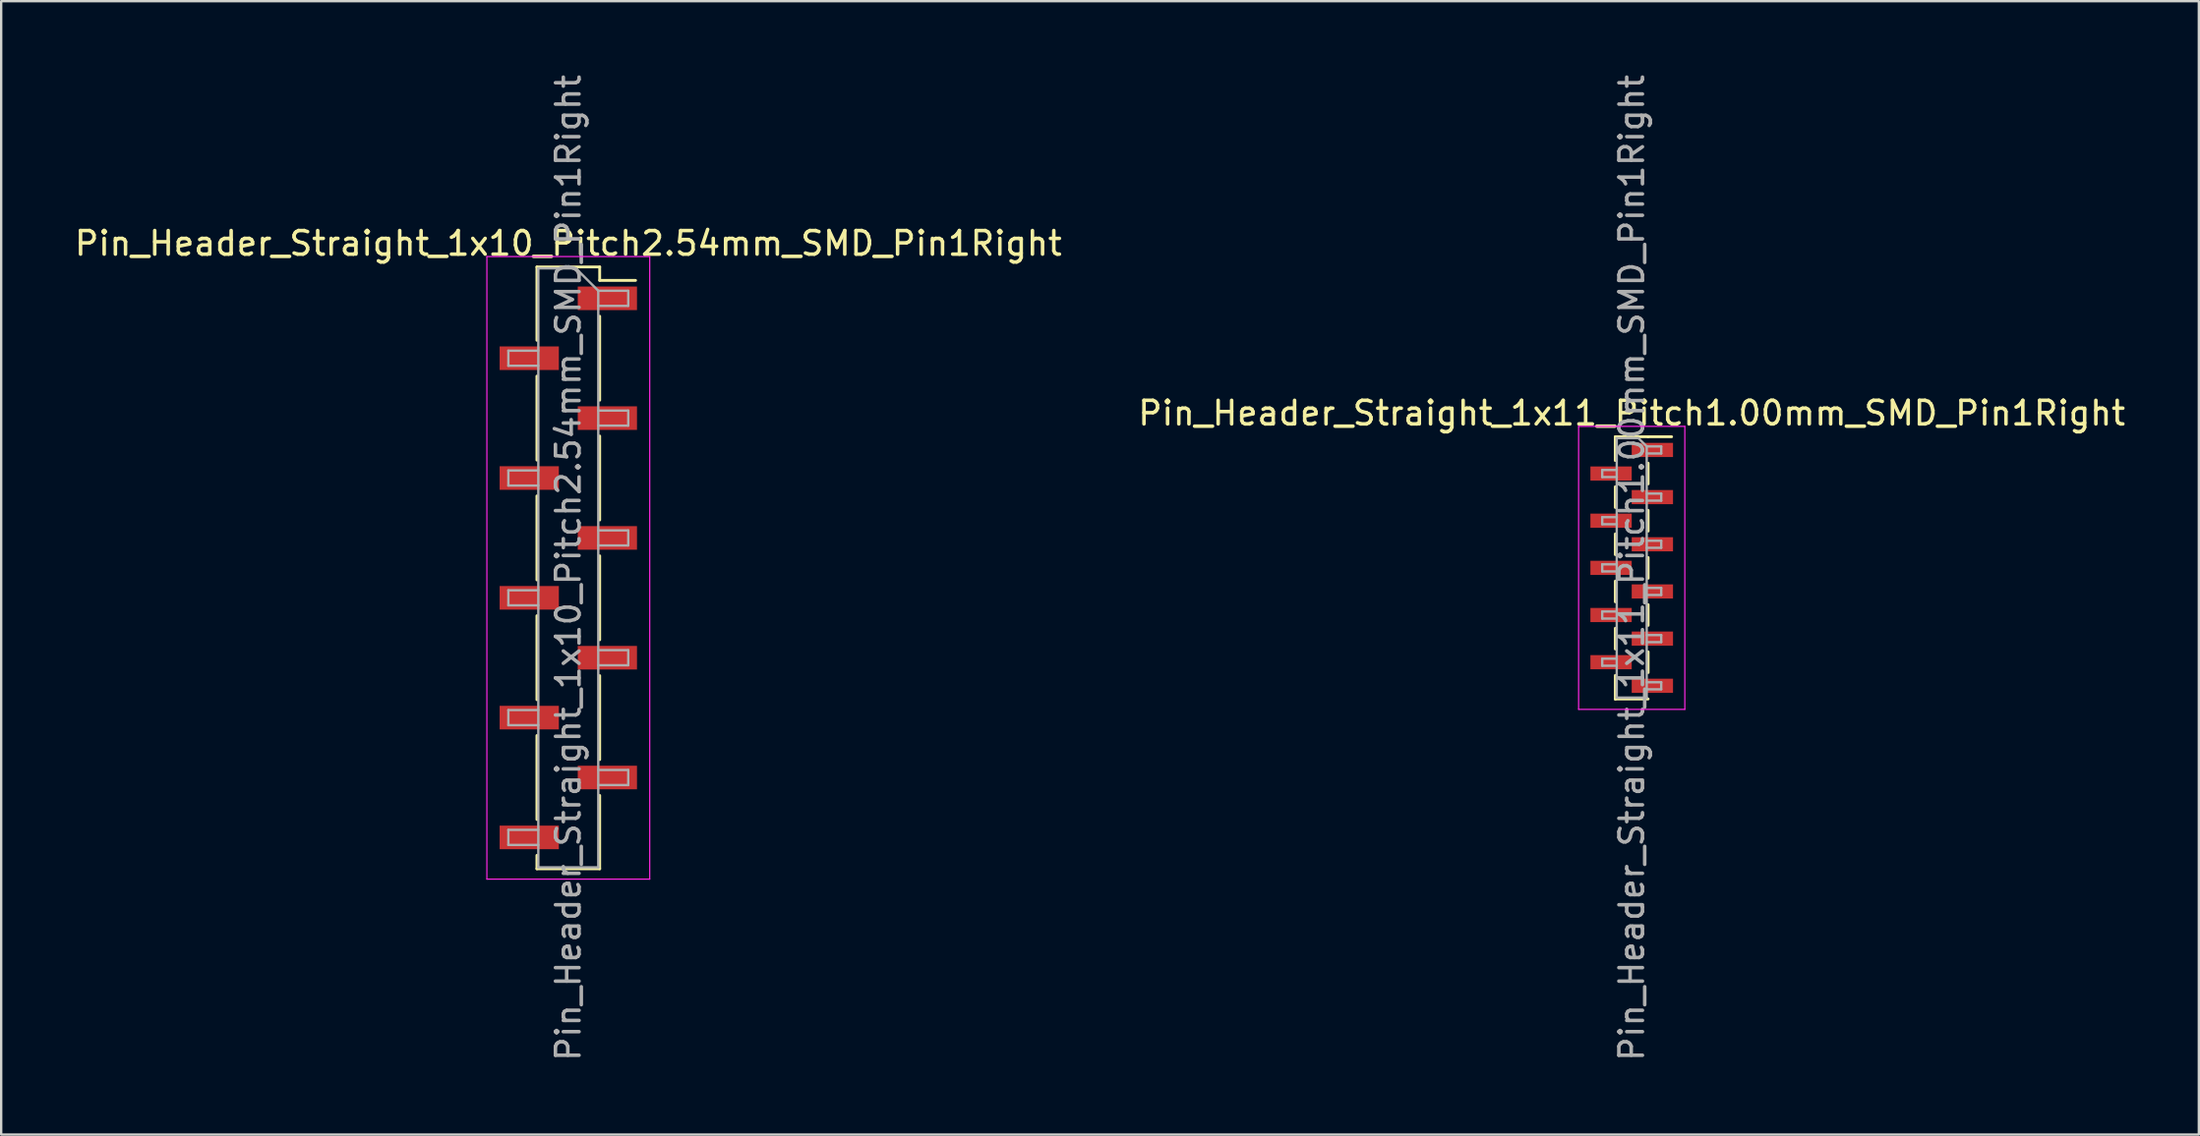
<source format=kicad_pcb>
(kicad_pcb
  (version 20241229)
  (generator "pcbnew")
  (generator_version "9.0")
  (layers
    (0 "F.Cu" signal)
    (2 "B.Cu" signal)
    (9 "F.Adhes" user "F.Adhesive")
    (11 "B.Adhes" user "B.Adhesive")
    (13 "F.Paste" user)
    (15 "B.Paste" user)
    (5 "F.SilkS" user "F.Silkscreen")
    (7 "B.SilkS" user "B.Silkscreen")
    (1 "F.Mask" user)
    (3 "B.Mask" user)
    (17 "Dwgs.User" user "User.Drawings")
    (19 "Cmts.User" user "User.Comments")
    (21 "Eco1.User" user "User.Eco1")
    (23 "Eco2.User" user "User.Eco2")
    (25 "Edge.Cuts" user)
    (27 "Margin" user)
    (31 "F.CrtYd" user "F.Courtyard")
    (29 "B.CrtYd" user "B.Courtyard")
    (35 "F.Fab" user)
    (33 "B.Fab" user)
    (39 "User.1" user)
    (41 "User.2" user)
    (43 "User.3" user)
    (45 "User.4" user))
  (footprint "Pin_Header_Straight_1x10_Pitch2.54mm_SMD_Pin1Right"
    (layer "F.Cu")
    (at 21.03 21.03)
    (property "Reference" "Pin_Header_Straight_1x10_Pitch2.54mm_SMD_Pin1Right" (at 0 -13.76 0) (layer "F.SilkS") (effects (font (size 1 1) (thickness 0.15))))
    (attr smd)
    (fp_line (start -1.33 -12.76) (end -1.33 -9.65) (stroke (width 0.12) (type solid)) (layer "F.SilkS"))
    (fp_line (start -1.33 -12.76) (end 1.33 -12.76) (stroke (width 0.12) (type solid)) (layer "F.SilkS"))
    (fp_line (start -1.33 -8.13) (end -1.33 -4.57) (stroke (width 0.12) (type solid)) (layer "F.SilkS"))
    (fp_line (start -1.33 -3.05) (end -1.33 0.51) (stroke (width 0.12) (type solid)) (layer "F.SilkS"))
    (fp_line (start -1.33 2.03) (end -1.33 5.59) (stroke (width 0.12) (type solid)) (layer "F.SilkS"))
    (fp_line (start -1.33 7.11) (end -1.33 10.67) (stroke (width 0.12) (type solid)) (layer "F.SilkS"))
    (fp_line (start -1.33 12.19) (end -1.33 12.76) (stroke (width 0.12) (type solid)) (layer "F.SilkS"))
    (fp_line (start -1.33 12.76) (end 1.33 12.76) (stroke (width 0.12) (type solid)) (layer "F.SilkS"))
    (fp_line (start 1.33 -12.76) (end 1.33 -12.19) (stroke (width 0.12) (type solid)) (layer "F.SilkS"))
    (fp_line (start 1.33 -12.19) (end 2.85 -12.19) (stroke (width 0.12) (type solid)) (layer "F.SilkS"))
    (fp_line (start 1.33 -10.67) (end 1.33 -7.11) (stroke (width 0.12) (type solid)) (layer "F.SilkS"))
    (fp_line (start 1.33 -5.59) (end 1.33 -2.03) (stroke (width 0.12) (type solid)) (layer "F.SilkS"))
    (fp_line (start 1.33 -0.51) (end 1.33 3.05) (stroke (width 0.12) (type solid)) (layer "F.SilkS"))
    (fp_line (start 1.33 4.57) (end 1.33 8.13) (stroke (width 0.12) (type solid)) (layer "F.SilkS"))
    (fp_line (start 1.33 9.65) (end 1.33 12.76) (stroke (width 0.12) (type solid)) (layer "F.SilkS"))
    (fp_line (start -3.45 -13.2) (end -3.45 13.2) (stroke (width 0.05) (type solid)) (layer "F.CrtYd"))
    (fp_line (start -3.45 13.2) (end 3.45 13.2) (stroke (width 0.05) (type solid)) (layer "F.CrtYd"))
    (fp_line (start 3.45 -13.2) (end -3.45 -13.2) (stroke (width 0.05) (type solid)) (layer "F.CrtYd"))
    (fp_line (start 3.45 13.2) (end 3.45 -13.2) (stroke (width 0.05) (type solid)) (layer "F.CrtYd"))
    (fp_line (start -2.54 -9.21) (end -2.54 -8.57) (stroke (width 0.1) (type solid)) (layer "F.Fab"))
    (fp_line (start -2.54 -8.57) (end -1.27 -8.57) (stroke (width 0.1) (type solid)) (layer "F.Fab"))
    (fp_line (start -2.54 -4.13) (end -2.54 -3.49) (stroke (width 0.1) (type solid)) (layer "F.Fab"))
    (fp_line (start -2.54 -3.49) (end -1.27 -3.49) (stroke (width 0.1) (type solid)) (layer "F.Fab"))
    (fp_line (start -2.54 0.95) (end -2.54 1.59) (stroke (width 0.1) (type solid)) (layer "F.Fab"))
    (fp_line (start -2.54 1.59) (end -1.27 1.59) (stroke (width 0.1) (type solid)) (layer "F.Fab"))
    (fp_line (start -2.54 6.03) (end -2.54 6.67) (stroke (width 0.1) (type solid)) (layer "F.Fab"))
    (fp_line (start -2.54 6.67) (end -1.27 6.67) (stroke (width 0.1) (type solid)) (layer "F.Fab"))
    (fp_line (start -2.54 11.11) (end -2.54 11.75) (stroke (width 0.1) (type solid)) (layer "F.Fab"))
    (fp_line (start -2.54 11.75) (end -1.27 11.75) (stroke (width 0.1) (type solid)) (layer "F.Fab"))
    (fp_line (start -1.27 -12.7) (end -1.27 12.7) (stroke (width 0.1) (type solid)) (layer "F.Fab"))
    (fp_line (start -1.27 -12.7) (end 0.32 -12.7) (stroke (width 0.1) (type solid)) (layer "F.Fab"))
    (fp_line (start -1.27 -9.21) (end -2.54 -9.21) (stroke (width 0.1) (type solid)) (layer "F.Fab"))
    (fp_line (start -1.27 -4.13) (end -2.54 -4.13) (stroke (width 0.1) (type solid)) (layer "F.Fab"))
    (fp_line (start -1.27 0.95) (end -2.54 0.95) (stroke (width 0.1) (type solid)) (layer "F.Fab"))
    (fp_line (start -1.27 6.03) (end -2.54 6.03) (stroke (width 0.1) (type solid)) (layer "F.Fab"))
    (fp_line (start -1.27 11.11) (end -2.54 11.11) (stroke (width 0.1) (type solid)) (layer "F.Fab"))
    (fp_line (start 1.27 -11.75) (end 0.32 -12.7) (stroke (width 0.1) (type solid)) (layer "F.Fab"))
    (fp_line (start 1.27 -11.75) (end 2.54 -11.75) (stroke (width 0.1) (type solid)) (layer "F.Fab"))
    (fp_line (start 1.27 -6.67) (end 2.54 -6.67) (stroke (width 0.1) (type solid)) (layer "F.Fab"))
    (fp_line (start 1.27 -1.59) (end 2.54 -1.59) (stroke (width 0.1) (type solid)) (layer "F.Fab"))
    (fp_line (start 1.27 3.49) (end 2.54 3.49) (stroke (width 0.1) (type solid)) (layer "F.Fab"))
    (fp_line (start 1.27 8.57) (end 2.54 8.57) (stroke (width 0.1) (type solid)) (layer "F.Fab"))
    (fp_line (start 1.27 12.7) (end -1.27 12.7) (stroke (width 0.1) (type solid)) (layer "F.Fab"))
    (fp_line (start 1.27 12.7) (end 1.27 -11.75) (stroke (width 0.1) (type solid)) (layer "F.Fab"))
    (fp_line (start 2.54 -11.75) (end 2.54 -11.11) (stroke (width 0.1) (type solid)) (layer "F.Fab"))
    (fp_line (start 2.54 -11.11) (end 1.27 -11.11) (stroke (width 0.1) (type solid)) (layer "F.Fab"))
    (fp_line (start 2.54 -6.67) (end 2.54 -6.03) (stroke (width 0.1) (type solid)) (layer "F.Fab"))
    (fp_line (start 2.54 -6.03) (end 1.27 -6.03) (stroke (width 0.1) (type solid)) (layer "F.Fab"))
    (fp_line (start 2.54 -1.59) (end 2.54 -0.95) (stroke (width 0.1) (type solid)) (layer "F.Fab"))
    (fp_line (start 2.54 -0.95) (end 1.27 -0.95) (stroke (width 0.1) (type solid)) (layer "F.Fab"))
    (fp_line (start 2.54 3.49) (end 2.54 4.13) (stroke (width 0.1) (type solid)) (layer "F.Fab"))
    (fp_line (start 2.54 4.13) (end 1.27 4.13) (stroke (width 0.1) (type solid)) (layer "F.Fab"))
    (fp_line (start 2.54 8.57) (end 2.54 9.21) (stroke (width 0.1) (type solid)) (layer "F.Fab"))
    (fp_line (start 2.54 9.21) (end 1.27 9.21) (stroke (width 0.1) (type solid)) (layer "F.Fab"))
    (fp_text user "${REFERENCE}" (at 0 0 90) (layer "F.Fab") (effects (font (size 1 1) (thickness 0.15))))
    (pad "1" smd rect (at 1.655 -11.43) (size 2.51 1) (layers "F.Cu" "F.Mask" "F.Paste"))
    (pad "2" smd rect (at -1.655 -8.89) (size 2.51 1) (layers "F.Cu" "F.Mask" "F.Paste"))
    (pad "3" smd rect (at 1.655 -6.35) (size 2.51 1) (layers "F.Cu" "F.Mask" "F.Paste"))
    (pad "4" smd rect (at -1.655 -3.81) (size 2.51 1) (layers "F.Cu" "F.Mask" "F.Paste"))
    (pad "5" smd rect (at 1.655 -1.27) (size 2.51 1) (layers "F.Cu" "F.Mask" "F.Paste"))
    (pad "6" smd rect (at -1.655 1.27) (size 2.51 1) (layers "F.Cu" "F.Mask" "F.Paste"))
    (pad "7" smd rect (at 1.655 3.81) (size 2.51 1) (layers "F.Cu" "F.Mask" "F.Paste"))
    (pad "8" smd rect (at -1.655 6.35) (size 2.51 1) (layers "F.Cu" "F.Mask" "F.Paste"))
    (pad "9" smd rect (at 1.655 8.89) (size 2.51 1) (layers "F.Cu" "F.Mask" "F.Paste"))
    (pad "10" smd rect (at -1.655 11.43) (size 2.51 1) (layers "F.Cu" "F.Mask" "F.Paste")))
  (footprint "Pin_Header_Straight_1x11_Pitch1.00mm_SMD_Pin1Right"
    (layer "F.Cu")
    (at 66.089 21.03)
    (property "Reference" "Pin_Header_Straight_1x11_Pitch1.00mm_SMD_Pin1Right" (at 0 -6.56 0) (layer "F.SilkS") (effects (font (size 1 1) (thickness 0.15))))
    (attr smd)
    (fp_line (start -0.695 -5.56) (end -0.695 -4.56) (stroke (width 0.12) (type solid)) (layer "F.SilkS"))
    (fp_line (start -0.695 -5.56) (end 0.695 -5.56) (stroke (width 0.12) (type solid)) (layer "F.SilkS"))
    (fp_line (start -0.695 -5.44) (end -0.695 -4.56) (stroke (width 0.12) (type solid)) (layer "F.SilkS"))
    (fp_line (start -0.695 -3.44) (end -0.695 -2.56) (stroke (width 0.12) (type solid)) (layer "F.SilkS"))
    (fp_line (start -0.695 -1.44) (end -0.695 -0.56) (stroke (width 0.12) (type solid)) (layer "F.SilkS"))
    (fp_line (start -0.695 0.56) (end -0.695 1.44) (stroke (width 0.12) (type solid)) (layer "F.SilkS"))
    (fp_line (start -0.695 2.56) (end -0.695 3.44) (stroke (width 0.12) (type solid)) (layer "F.SilkS"))
    (fp_line (start -0.695 4.56) (end -0.695 5.56) (stroke (width 0.12) (type solid)) (layer "F.SilkS"))
    (fp_line (start -0.695 5.56) (end -0.695 5.56) (stroke (width 0.12) (type solid)) (layer "F.SilkS"))
    (fp_line (start -0.695 5.56) (end 0.695 5.56) (stroke (width 0.12) (type solid)) (layer "F.SilkS"))
    (fp_line (start 0.695 -5.56) (end 0.695 -5.56) (stroke (width 0.12) (type solid)) (layer "F.SilkS"))
    (fp_line (start 0.695 -5.56) (end 1.69 -5.56) (stroke (width 0.12) (type solid)) (layer "F.SilkS"))
    (fp_line (start 0.695 -4.44) (end 0.695 -3.56) (stroke (width 0.12) (type solid)) (layer "F.SilkS"))
    (fp_line (start 0.695 -2.44) (end 0.695 -1.56) (stroke (width 0.12) (type solid)) (layer "F.SilkS"))
    (fp_line (start 0.695 -0.44) (end 0.695 0.44) (stroke (width 0.12) (type solid)) (layer "F.SilkS"))
    (fp_line (start 0.695 1.56) (end 0.695 2.44) (stroke (width 0.12) (type solid)) (layer "F.SilkS"))
    (fp_line (start 0.695 3.56) (end 0.695 4.44) (stroke (width 0.12) (type solid)) (layer "F.SilkS"))
    (fp_line (start -2.25 -6) (end -2.25 6) (stroke (width 0.05) (type solid)) (layer "F.CrtYd"))
    (fp_line (start -2.25 6) (end 2.25 6) (stroke (width 0.05) (type solid)) (layer "F.CrtYd"))
    (fp_line (start 2.25 -6) (end -2.25 -6) (stroke (width 0.05) (type solid)) (layer "F.CrtYd"))
    (fp_line (start 2.25 6) (end 2.25 -6) (stroke (width 0.05) (type solid)) (layer "F.CrtYd"))
    (fp_line (start -1.25 -4.15) (end -1.25 -3.85) (stroke (width 0.1) (type solid)) (layer "F.Fab"))
    (fp_line (start -1.25 -3.85) (end -0.635 -3.85) (stroke (width 0.1) (type solid)) (layer "F.Fab"))
    (fp_line (start -1.25 -2.15) (end -1.25 -1.85) (stroke (width 0.1) (type solid)) (layer "F.Fab"))
    (fp_line (start -1.25 -1.85) (end -0.635 -1.85) (stroke (width 0.1) (type solid)) (layer "F.Fab"))
    (fp_line (start -1.25 -0.15) (end -1.25 0.15) (stroke (width 0.1) (type solid)) (layer "F.Fab"))
    (fp_line (start -1.25 0.15) (end -0.635 0.15) (stroke (width 0.1) (type solid)) (layer "F.Fab"))
    (fp_line (start -1.25 1.85) (end -1.25 2.15) (stroke (width 0.1) (type solid)) (layer "F.Fab"))
    (fp_line (start -1.25 2.15) (end -0.635 2.15) (stroke (width 0.1) (type solid)) (layer "F.Fab"))
    (fp_line (start -1.25 3.85) (end -1.25 4.15) (stroke (width 0.1) (type solid)) (layer "F.Fab"))
    (fp_line (start -1.25 4.15) (end -0.635 4.15) (stroke (width 0.1) (type solid)) (layer "F.Fab"))
    (fp_line (start -0.635 -5.5) (end -0.635 5.5) (stroke (width 0.1) (type solid)) (layer "F.Fab"))
    (fp_line (start -0.635 -5.5) (end 0.285 -5.5) (stroke (width 0.1) (type solid)) (layer "F.Fab"))
    (fp_line (start -0.635 -4.15) (end -1.25 -4.15) (stroke (width 0.1) (type solid)) (layer "F.Fab"))
    (fp_line (start -0.635 -2.15) (end -1.25 -2.15) (stroke (width 0.1) (type solid)) (layer "F.Fab"))
    (fp_line (start -0.635 -0.15) (end -1.25 -0.15) (stroke (width 0.1) (type solid)) (layer "F.Fab"))
    (fp_line (start -0.635 1.85) (end -1.25 1.85) (stroke (width 0.1) (type solid)) (layer "F.Fab"))
    (fp_line (start -0.635 3.85) (end -1.25 3.85) (stroke (width 0.1) (type solid)) (layer "F.Fab"))
    (fp_line (start 0.635 -5.15) (end 0.285 -5.5) (stroke (width 0.1) (type solid)) (layer "F.Fab"))
    (fp_line (start 0.635 -5.15) (end 1.25 -5.15) (stroke (width 0.1) (type solid)) (layer "F.Fab"))
    (fp_line (start 0.635 -3.15) (end 1.25 -3.15) (stroke (width 0.1) (type solid)) (layer "F.Fab"))
    (fp_line (start 0.635 -1.15) (end 1.25 -1.15) (stroke (width 0.1) (type solid)) (layer "F.Fab"))
    (fp_line (start 0.635 0.85) (end 1.25 0.85) (stroke (width 0.1) (type solid)) (layer "F.Fab"))
    (fp_line (start 0.635 2.85) (end 1.25 2.85) (stroke (width 0.1) (type solid)) (layer "F.Fab"))
    (fp_line (start 0.635 4.85) (end 1.25 4.85) (stroke (width 0.1) (type solid)) (layer "F.Fab"))
    (fp_line (start 0.635 5.5) (end -0.635 5.5) (stroke (width 0.1) (type solid)) (layer "F.Fab"))
    (fp_line (start 0.635 5.5) (end 0.635 -5.15) (stroke (width 0.1) (type solid)) (layer "F.Fab"))
    (fp_line (start 1.25 -5.15) (end 1.25 -4.85) (stroke (width 0.1) (type solid)) (layer "F.Fab"))
    (fp_line (start 1.25 -4.85) (end 0.635 -4.85) (stroke (width 0.1) (type solid)) (layer "F.Fab"))
    (fp_line (start 1.25 -3.15) (end 1.25 -2.85) (stroke (width 0.1) (type solid)) (layer "F.Fab"))
    (fp_line (start 1.25 -2.85) (end 0.635 -2.85) (stroke (width 0.1) (type solid)) (layer "F.Fab"))
    (fp_line (start 1.25 -1.15) (end 1.25 -0.85) (stroke (width 0.1) (type solid)) (layer "F.Fab"))
    (fp_line (start 1.25 -0.85) (end 0.635 -0.85) (stroke (width 0.1) (type solid)) (layer "F.Fab"))
    (fp_line (start 1.25 0.85) (end 1.25 1.15) (stroke (width 0.1) (type solid)) (layer "F.Fab"))
    (fp_line (start 1.25 1.15) (end 0.635 1.15) (stroke (width 0.1) (type solid)) (layer "F.Fab"))
    (fp_line (start 1.25 2.85) (end 1.25 3.15) (stroke (width 0.1) (type solid)) (layer "F.Fab"))
    (fp_line (start 1.25 3.15) (end 0.635 3.15) (stroke (width 0.1) (type solid)) (layer "F.Fab"))
    (fp_line (start 1.25 4.85) (end 1.25 5.15) (stroke (width 0.1) (type solid)) (layer "F.Fab"))
    (fp_line (start 1.25 5.15) (end 0.635 5.15) (stroke (width 0.1) (type solid)) (layer "F.Fab"))
    (fp_text user "${REFERENCE}" (at 0 0 90) (layer "F.Fab") (effects (font (size 1 1) (thickness 0.15))))
    (pad "1" smd rect (at 0.875 -5) (size 1.75 0.6) (layers "F.Cu" "F.Mask" "F.Paste"))
    (pad "2" smd rect (at -0.875 -4) (size 1.75 0.6) (layers "F.Cu" "F.Mask" "F.Paste"))
    (pad "3" smd rect (at 0.875 -3) (size 1.75 0.6) (layers "F.Cu" "F.Mask" "F.Paste"))
    (pad "4" smd rect (at -0.875 -2) (size 1.75 0.6) (layers "F.Cu" "F.Mask" "F.Paste"))
    (pad "5" smd rect (at 0.875 -1) (size 1.75 0.6) (layers "F.Cu" "F.Mask" "F.Paste"))
    (pad "6" smd rect (at -0.875 0) (size 1.75 0.6) (layers "F.Cu" "F.Mask" "F.Paste"))
    (pad "7" smd rect (at 0.875 1) (size 1.75 0.6) (layers "F.Cu" "F.Mask" "F.Paste"))
    (pad "8" smd rect (at -0.875 2) (size 1.75 0.6) (layers "F.Cu" "F.Mask" "F.Paste"))
    (pad "9" smd rect (at 0.875 3) (size 1.75 0.6) (layers "F.Cu" "F.Mask" "F.Paste"))
    (pad "10" smd rect (at -0.875 4) (size 1.75 0.6) (layers "F.Cu" "F.Mask" "F.Paste"))
    (pad "11" smd rect (at 0.875 5) (size 1.75 0.6) (layers "F.Cu" "F.Mask" "F.Paste")))
  (gr_rect
    (start -3 -3)
    (end 90.119 45.06)
    (stroke (width 0.1) (type default))
    (fill no)
    (layer "Edge.Cuts")))
</source>
